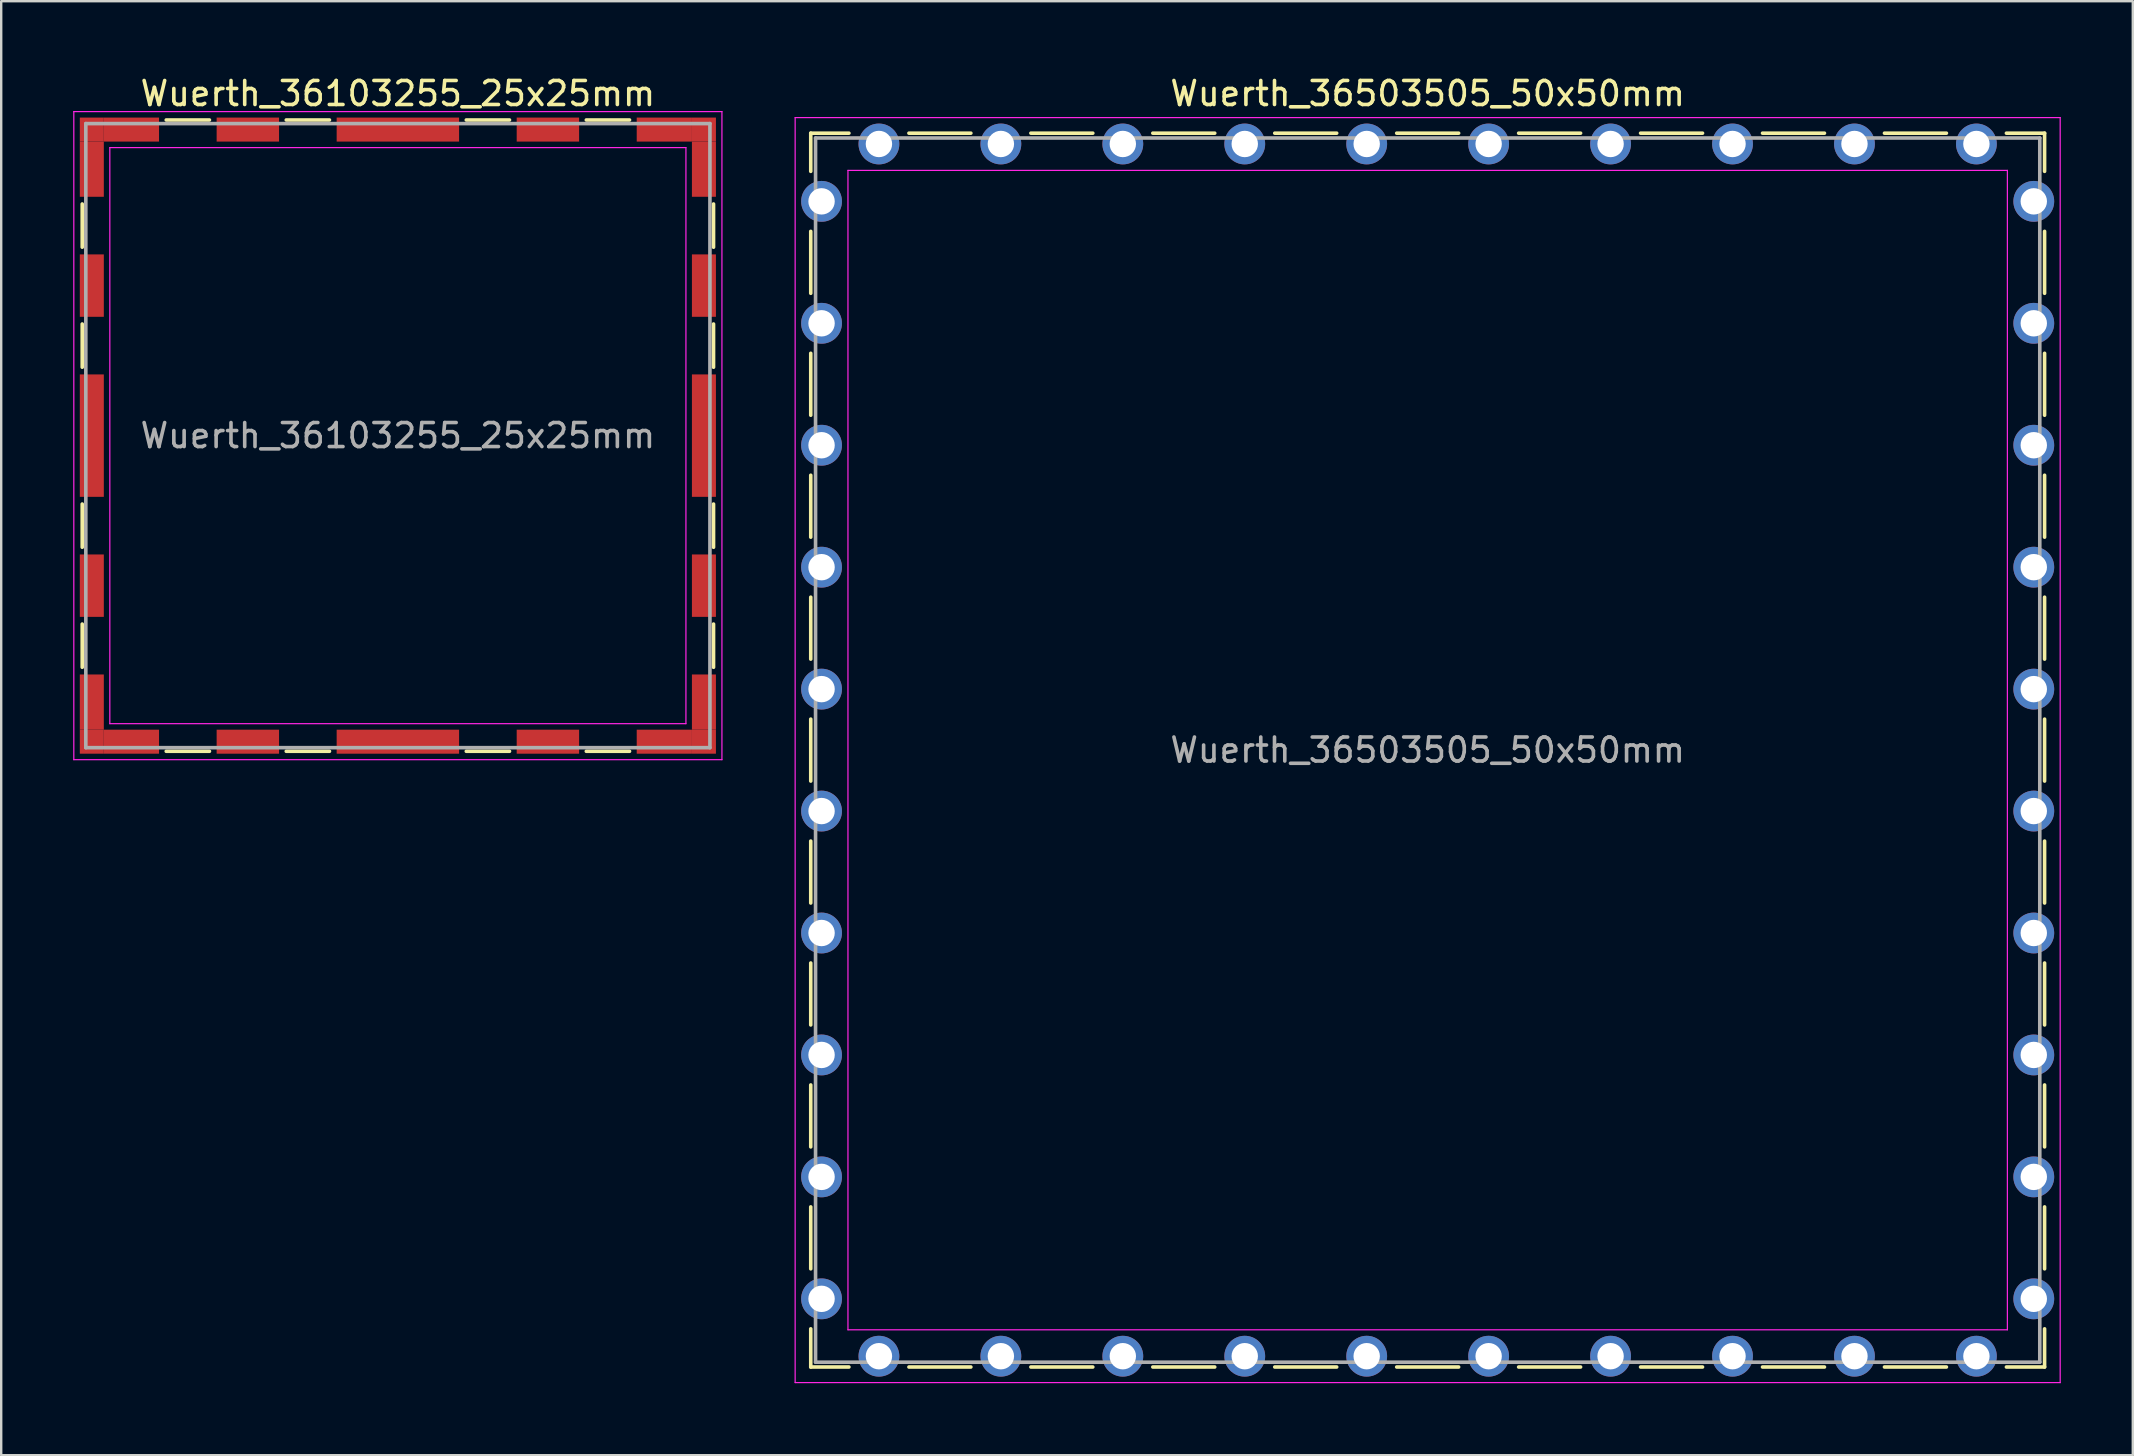
<source format=kicad_pcb>
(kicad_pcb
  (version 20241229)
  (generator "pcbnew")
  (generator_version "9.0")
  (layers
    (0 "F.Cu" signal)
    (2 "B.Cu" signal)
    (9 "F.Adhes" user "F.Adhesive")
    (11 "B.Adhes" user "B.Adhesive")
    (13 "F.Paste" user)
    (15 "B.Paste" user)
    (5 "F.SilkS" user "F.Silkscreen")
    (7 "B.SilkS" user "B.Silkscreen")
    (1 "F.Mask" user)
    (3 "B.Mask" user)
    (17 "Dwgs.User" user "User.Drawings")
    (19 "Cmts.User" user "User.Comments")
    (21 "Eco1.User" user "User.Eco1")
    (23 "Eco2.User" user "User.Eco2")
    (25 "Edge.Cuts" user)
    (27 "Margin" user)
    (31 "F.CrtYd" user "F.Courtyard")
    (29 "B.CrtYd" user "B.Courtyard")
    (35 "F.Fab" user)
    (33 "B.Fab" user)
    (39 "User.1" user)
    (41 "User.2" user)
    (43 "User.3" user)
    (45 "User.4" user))
  (footprint "Wuerth_36503505_50x50mm"
    (layer "F.Cu")
    (at 56.425 28.198)
    (property "Reference" "Wuerth_36503505_50x50mm" (at 0 -27.35 0) (layer "F.SilkS") (effects (font (size 1 1) (thickness 0.15))))
    (attr through_hole)
    (fp_line (start -25.7 -25.7) (end -24.11 -25.7) (stroke (width 0.15) (type solid)) (layer "F.SilkS"))
    (fp_line (start -25.7 -24.11) (end -25.7 -25.7) (stroke (width 0.15) (type solid)) (layer "F.SilkS"))
    (fp_line (start -25.7 -19.03) (end -25.7 -21.61) (stroke (width 0.15) (type solid)) (layer "F.SilkS"))
    (fp_line (start -25.7 -13.95) (end -25.7 -16.53) (stroke (width 0.15) (type solid)) (layer "F.SilkS"))
    (fp_line (start -25.7 -8.87) (end -25.7 -11.45) (stroke (width 0.15) (type solid)) (layer "F.SilkS"))
    (fp_line (start -25.7 -3.79) (end -25.7 -6.37) (stroke (width 0.15) (type solid)) (layer "F.SilkS"))
    (fp_line (start -25.7 -1.29) (end -25.7 1.29) (stroke (width 0.15) (type solid)) (layer "F.SilkS"))
    (fp_line (start -25.7 3.79) (end -25.7 6.37) (stroke (width 0.15) (type solid)) (layer "F.SilkS"))
    (fp_line (start -25.7 8.87) (end -25.7 11.45) (stroke (width 0.15) (type solid)) (layer "F.SilkS"))
    (fp_line (start -25.7 13.95) (end -25.7 16.53) (stroke (width 0.15) (type solid)) (layer "F.SilkS"))
    (fp_line (start -25.7 19.03) (end -25.7 21.61) (stroke (width 0.15) (type solid)) (layer "F.SilkS"))
    (fp_line (start -25.7 24.11) (end -25.7 25.7) (stroke (width 0.15) (type solid)) (layer "F.SilkS"))
    (fp_line (start -25.7 25.7) (end -24.11 25.7) (stroke (width 0.15) (type solid)) (layer "F.SilkS"))
    (fp_line (start -19.03 -25.7) (end -21.61 -25.7) (stroke (width 0.15) (type solid)) (layer "F.SilkS"))
    (fp_line (start -19.03 25.7) (end -21.61 25.7) (stroke (width 0.15) (type solid)) (layer "F.SilkS"))
    (fp_line (start -13.95 -25.7) (end -16.53 -25.7) (stroke (width 0.15) (type solid)) (layer "F.SilkS"))
    (fp_line (start -13.95 25.7) (end -16.53 25.7) (stroke (width 0.15) (type solid)) (layer "F.SilkS"))
    (fp_line (start -8.87 -25.7) (end -11.45 -25.7) (stroke (width 0.15) (type solid)) (layer "F.SilkS"))
    (fp_line (start -8.87 25.7) (end -11.45 25.7) (stroke (width 0.15) (type solid)) (layer "F.SilkS"))
    (fp_line (start -3.79 -25.7) (end -6.37 -25.7) (stroke (width 0.15) (type solid)) (layer "F.SilkS"))
    (fp_line (start -3.79 25.7) (end -6.37 25.7) (stroke (width 0.15) (type solid)) (layer "F.SilkS"))
    (fp_line (start 1.29 -25.7) (end -1.29 -25.7) (stroke (width 0.15) (type solid)) (layer "F.SilkS"))
    (fp_line (start 1.29 25.7) (end -1.29 25.7) (stroke (width 0.15) (type solid)) (layer "F.SilkS"))
    (fp_line (start 3.79 -25.7) (end 6.37 -25.7) (stroke (width 0.15) (type solid)) (layer "F.SilkS"))
    (fp_line (start 3.79 25.7) (end 6.37 25.7) (stroke (width 0.15) (type solid)) (layer "F.SilkS"))
    (fp_line (start 8.87 -25.7) (end 11.45 -25.7) (stroke (width 0.15) (type solid)) (layer "F.SilkS"))
    (fp_line (start 8.87 25.7) (end 11.45 25.7) (stroke (width 0.15) (type solid)) (layer "F.SilkS"))
    (fp_line (start 13.95 -25.7) (end 16.53 -25.7) (stroke (width 0.15) (type solid)) (layer "F.SilkS"))
    (fp_line (start 13.95 25.7) (end 16.53 25.7) (stroke (width 0.15) (type solid)) (layer "F.SilkS"))
    (fp_line (start 19.03 -25.7) (end 21.61 -25.7) (stroke (width 0.15) (type solid)) (layer "F.SilkS"))
    (fp_line (start 19.03 25.7) (end 21.61 25.7) (stroke (width 0.15) (type solid)) (layer "F.SilkS"))
    (fp_line (start 25.7 -25.7) (end 24.11 -25.7) (stroke (width 0.15) (type solid)) (layer "F.SilkS"))
    (fp_line (start 25.7 -24.11) (end 25.7 -25.7) (stroke (width 0.15) (type solid)) (layer "F.SilkS"))
    (fp_line (start 25.7 -19.03) (end 25.7 -21.61) (stroke (width 0.15) (type solid)) (layer "F.SilkS"))
    (fp_line (start 25.7 -13.95) (end 25.7 -16.53) (stroke (width 0.15) (type solid)) (layer "F.SilkS"))
    (fp_line (start 25.7 -8.87) (end 25.7 -11.45) (stroke (width 0.15) (type solid)) (layer "F.SilkS"))
    (fp_line (start 25.7 -3.79) (end 25.7 -6.37) (stroke (width 0.15) (type solid)) (layer "F.SilkS"))
    (fp_line (start 25.7 1.29) (end 25.7 -1.29) (stroke (width 0.15) (type solid)) (layer "F.SilkS"))
    (fp_line (start 25.7 3.79) (end 25.7 6.37) (stroke (width 0.15) (type solid)) (layer "F.SilkS"))
    (fp_line (start 25.7 8.87) (end 25.7 11.45) (stroke (width 0.15) (type solid)) (layer "F.SilkS"))
    (fp_line (start 25.7 13.95) (end 25.7 16.53) (stroke (width 0.15) (type solid)) (layer "F.SilkS"))
    (fp_line (start 25.7 19.03) (end 25.7 21.61) (stroke (width 0.15) (type solid)) (layer "F.SilkS"))
    (fp_line (start 25.7 24.11) (end 25.7 25.7) (stroke (width 0.15) (type solid)) (layer "F.SilkS"))
    (fp_line (start 25.7 25.7) (end 24.11 25.7) (stroke (width 0.15) (type solid)) (layer "F.SilkS"))
    (fp_line (start -26.35 -26.35) (end -26.35 26.35) (stroke (width 0.05) (type solid)) (layer "F.CrtYd"))
    (fp_line (start -26.35 26.35) (end 26.35 26.35) (stroke (width 0.05) (type solid)) (layer "F.CrtYd"))
    (fp_line (start -24.15 -24.15) (end -24.15 24.15) (stroke (width 0.05) (type solid)) (layer "F.CrtYd"))
    (fp_line (start -24.15 24.15) (end 24.15 24.15) (stroke (width 0.05) (type solid)) (layer "F.CrtYd"))
    (fp_line (start 24.15 -24.15) (end -24.15 -24.15) (stroke (width 0.05) (type solid)) (layer "F.CrtYd"))
    (fp_line (start 24.15 24.15) (end 24.15 -24.15) (stroke (width 0.05) (type solid)) (layer "F.CrtYd"))
    (fp_line (start 26.35 -26.35) (end -26.35 -26.35) (stroke (width 0.05) (type solid)) (layer "F.CrtYd"))
    (fp_line (start 26.35 26.35) (end 26.35 -26.35) (stroke (width 0.05) (type solid)) (layer "F.CrtYd"))
    (fp_line (start -25.5 -25.5) (end -25.5 25.5) (stroke (width 0.15) (type solid)) (layer "F.Fab"))
    (fp_line (start -25.5 25.5) (end 25.5 25.5) (stroke (width 0.15) (type solid)) (layer "F.Fab"))
    (fp_line (start 25.5 -25.5) (end -25.5 -25.5) (stroke (width 0.15) (type solid)) (layer "F.Fab"))
    (fp_line (start 25.5 25.5) (end 25.5 -25.5) (stroke (width 0.15) (type solid)) (layer "F.Fab"))
    (fp_text user "${REFERENCE}" (at 0 0 0) (layer "F.Fab") (effects (font (size 1 1) (thickness 0.15))))
    (pad "1" thru_hole circle (at -25.25 -22.86) (size 1.7 1.7) (drill 1.1) (layers "*.Cu" "*.Mask"))
    (pad "1" thru_hole circle (at -25.25 -17.78) (size 1.7 1.7) (drill 1.1) (layers "*.Cu" "*.Mask"))
    (pad "1" thru_hole circle (at -25.25 -12.7) (size 1.7 1.7) (drill 1.1) (layers "*.Cu" "*.Mask"))
    (pad "1" thru_hole circle (at -25.25 -7.62) (size 1.7 1.7) (drill 1.1) (layers "*.Cu" "*.Mask"))
    (pad "1" thru_hole circle (at -25.25 -2.54) (size 1.7 1.7) (drill 1.1) (layers "*.Cu" "*.Mask"))
    (pad "1" thru_hole circle (at -25.25 2.54) (size 1.7 1.7) (drill 1.1) (layers "*.Cu" "*.Mask"))
    (pad "1" thru_hole circle (at -25.25 7.62) (size 1.7 1.7) (drill 1.1) (layers "*.Cu" "*.Mask"))
    (pad "1" thru_hole circle (at -25.25 12.7) (size 1.7 1.7) (drill 1.1) (layers "*.Cu" "*.Mask"))
    (pad "1" thru_hole circle (at -25.25 17.78) (size 1.7 1.7) (drill 1.1) (layers "*.Cu" "*.Mask"))
    (pad "1" thru_hole circle (at -25.25 22.86) (size 1.7 1.7) (drill 1.1) (layers "*.Cu" "*.Mask"))
    (pad "1" thru_hole circle (at -22.86 -25.25) (size 1.7 1.7) (drill 1.1) (layers "*.Cu" "*.Mask"))
    (pad "1" thru_hole circle (at -22.86 25.25) (size 1.7 1.7) (drill 1.1) (layers "*.Cu" "*.Mask"))
    (pad "1" thru_hole circle (at -17.78 -25.25) (size 1.7 1.7) (drill 1.1) (layers "*.Cu" "*.Mask"))
    (pad "1" thru_hole circle (at -17.78 25.25) (size 1.7 1.7) (drill 1.1) (layers "*.Cu" "*.Mask"))
    (pad "1" thru_hole circle (at -12.7 -25.25) (size 1.7 1.7) (drill 1.1) (layers "*.Cu" "*.Mask"))
    (pad "1" thru_hole circle (at -12.7 25.25) (size 1.7 1.7) (drill 1.1) (layers "*.Cu" "*.Mask"))
    (pad "1" thru_hole circle (at -7.62 -25.25) (size 1.7 1.7) (drill 1.1) (layers "*.Cu" "*.Mask"))
    (pad "1" thru_hole circle (at -7.62 25.25) (size 1.7 1.7) (drill 1.1) (layers "*.Cu" "*.Mask"))
    (pad "1" thru_hole circle (at -2.54 -25.25) (size 1.7 1.7) (drill 1.1) (layers "*.Cu" "*.Mask"))
    (pad "1" thru_hole circle (at -2.54 25.25) (size 1.7 1.7) (drill 1.1) (layers "*.Cu" "*.Mask"))
    (pad "1" thru_hole circle (at 2.54 -25.25) (size 1.7 1.7) (drill 1.1) (layers "*.Cu" "*.Mask"))
    (pad "1" thru_hole circle (at 2.54 25.25) (size 1.7 1.7) (drill 1.1) (layers "*.Cu" "*.Mask"))
    (pad "1" thru_hole circle (at 7.62 -25.25) (size 1.7 1.7) (drill 1.1) (layers "*.Cu" "*.Mask"))
    (pad "1" thru_hole circle (at 7.62 25.25) (size 1.7 1.7) (drill 1.1) (layers "*.Cu" "*.Mask"))
    (pad "1" thru_hole circle (at 12.7 -25.25) (size 1.7 1.7) (drill 1.1) (layers "*.Cu" "*.Mask"))
    (pad "1" thru_hole circle (at 12.7 25.25) (size 1.7 1.7) (drill 1.1) (layers "*.Cu" "*.Mask"))
    (pad "1" thru_hole circle (at 17.78 -25.25) (size 1.7 1.7) (drill 1.1) (layers "*.Cu" "*.Mask"))
    (pad "1" thru_hole circle (at 17.78 25.25) (size 1.7 1.7) (drill 1.1) (layers "*.Cu" "*.Mask"))
    (pad "1" thru_hole circle (at 22.86 -25.25) (size 1.7 1.7) (drill 1.1) (layers "*.Cu" "*.Mask"))
    (pad "1" thru_hole circle (at 22.86 25.25) (size 1.7 1.7) (drill 1.1) (layers "*.Cu" "*.Mask"))
    (pad "1" thru_hole circle (at 25.25 -22.86) (size 1.7 1.7) (drill 1.1) (layers "*.Cu" "*.Mask"))
    (pad "1" thru_hole circle (at 25.25 -17.78) (size 1.7 1.7) (drill 1.1) (layers "*.Cu" "*.Mask"))
    (pad "1" thru_hole circle (at 25.25 -12.7) (size 1.7 1.7) (drill 1.1) (layers "*.Cu" "*.Mask"))
    (pad "1" thru_hole circle (at 25.25 -7.62) (size 1.7 1.7) (drill 1.1) (layers "*.Cu" "*.Mask"))
    (pad "1" thru_hole circle (at 25.25 -2.54) (size 1.7 1.7) (drill 1.1) (layers "*.Cu" "*.Mask"))
    (pad "1" thru_hole circle (at 25.25 2.54) (size 1.7 1.7) (drill 1.1) (layers "*.Cu" "*.Mask"))
    (pad "1" thru_hole circle (at 25.25 7.62) (size 1.7 1.7) (drill 1.1) (layers "*.Cu" "*.Mask"))
    (pad "1" thru_hole circle (at 25.25 12.7) (size 1.7 1.7) (drill 1.1) (layers "*.Cu" "*.Mask"))
    (pad "1" thru_hole circle (at 25.25 17.78) (size 1.7 1.7) (drill 1.1) (layers "*.Cu" "*.Mask"))
    (pad "1" thru_hole circle (at 25.25 22.86) (size 1.7 1.7) (drill 1.1) (layers "*.Cu" "*.Mask")))
  (footprint "Wuerth_36103255_25x25mm"
    (layer "F.Cu")
    (at 13.525 15.098)
    (property "Reference" "Wuerth_36103255_25x25mm" (at 0 -14.25 0) (layer "F.SilkS") (effects (font (size 1 1) (thickness 0.15))))
    (attr smd)
    (fp_line (start -13.15 -9.65) (end -13.15 -7.85) (stroke (width 0.15) (type solid)) (layer "F.SilkS"))
    (fp_line (start -13.15 -4.65) (end -13.15 -2.85) (stroke (width 0.15) (type solid)) (layer "F.SilkS"))
    (fp_line (start -13.15 2.85) (end -13.15 4.65) (stroke (width 0.15) (type solid)) (layer "F.SilkS"))
    (fp_line (start -13.15 7.85) (end -13.15 9.65) (stroke (width 0.15) (type solid)) (layer "F.SilkS"))
    (fp_line (start -9.65 -13.15) (end -7.85 -13.15) (stroke (width 0.15) (type solid)) (layer "F.SilkS"))
    (fp_line (start -9.65 13.15) (end -7.85 13.15) (stroke (width 0.15) (type solid)) (layer "F.SilkS"))
    (fp_line (start -4.65 -13.15) (end -2.85 -13.15) (stroke (width 0.15) (type solid)) (layer "F.SilkS"))
    (fp_line (start -4.65 13.15) (end -2.85 13.15) (stroke (width 0.15) (type solid)) (layer "F.SilkS"))
    (fp_line (start 2.85 -13.15) (end 4.65 -13.15) (stroke (width 0.15) (type solid)) (layer "F.SilkS"))
    (fp_line (start 2.85 13.15) (end 4.65 13.15) (stroke (width 0.15) (type solid)) (layer "F.SilkS"))
    (fp_line (start 7.85 -13.15) (end 9.65 -13.15) (stroke (width 0.15) (type solid)) (layer "F.SilkS"))
    (fp_line (start 7.85 13.15) (end 9.65 13.15) (stroke (width 0.15) (type solid)) (layer "F.SilkS"))
    (fp_line (start 13.15 -9.65) (end 13.15 -7.85) (stroke (width 0.15) (type solid)) (layer "F.SilkS"))
    (fp_line (start 13.15 -4.65) (end 13.15 -2.85) (stroke (width 0.15) (type solid)) (layer "F.SilkS"))
    (fp_line (start 13.15 2.85) (end 13.15 4.65) (stroke (width 0.15) (type solid)) (layer "F.SilkS"))
    (fp_line (start 13.15 7.85) (end 13.15 9.65) (stroke (width 0.15) (type solid)) (layer "F.SilkS"))
    (fp_line (start -13.5 -13.5) (end -13.5 13.5) (stroke (width 0.05) (type solid)) (layer "F.CrtYd"))
    (fp_line (start -13.5 13.5) (end 13.5 13.5) (stroke (width 0.05) (type solid)) (layer "F.CrtYd"))
    (fp_line (start -12 -12) (end -12 12) (stroke (width 0.05) (type solid)) (layer "F.CrtYd"))
    (fp_line (start -12 12) (end 12 12) (stroke (width 0.05) (type solid)) (layer "F.CrtYd"))
    (fp_line (start 12 -12) (end -12 -12) (stroke (width 0.05) (type solid)) (layer "F.CrtYd"))
    (fp_line (start 12 12) (end 12 -12) (stroke (width 0.05) (type solid)) (layer "F.CrtYd"))
    (fp_line (start 13.5 -13.5) (end -13.5 -13.5) (stroke (width 0.05) (type solid)) (layer "F.CrtYd"))
    (fp_line (start 13.5 13.5) (end 13.5 -13.5) (stroke (width 0.05) (type solid)) (layer "F.CrtYd"))
    (fp_line (start -13 -13) (end -13 13) (stroke (width 0.15) (type solid)) (layer "F.Fab"))
    (fp_line (start -13 13) (end 13 13) (stroke (width 0.15) (type solid)) (layer "F.Fab"))
    (fp_line (start 13 -13) (end -13 -13) (stroke (width 0.15) (type solid)) (layer "F.Fab"))
    (fp_line (start 13 13) (end 13 -13) (stroke (width 0.15) (type solid)) (layer "F.Fab"))
    (fp_text user "${REFERENCE}" (at 0 0 0) (layer "F.Fab") (effects (font (size 1 1) (thickness 0.15))))
    (pad "1" smd rect (at -12.75 -12.75) (size 1 1) (layers "F.Cu" "F.Mask"))
    (pad "1" smd rect (at -12.75 -11.1) (size 1 2.3) (layers "F.Cu" "F.Mask"))
    (pad "1" smd rect (at -12.75 -6.25) (size 1 2.6) (layers "F.Cu" "F.Mask"))
    (pad "1" smd rect (at -12.75 0) (size 1 5.1) (layers "F.Cu" "F.Mask"))
    (pad "1" smd rect (at -12.75 6.25) (size 1 2.6) (layers "F.Cu" "F.Mask"))
    (pad "1" smd rect (at -12.75 11.1) (size 1 2.3) (layers "F.Cu" "F.Mask"))
    (pad "1" smd rect (at -12.75 12.75) (size 1 1) (layers "F.Cu" "F.Mask"))
    (pad "1" smd rect (at -11.1 -12.75) (size 2.3 1) (layers "F.Cu" "F.Mask"))
    (pad "1" smd rect (at -11.1 12.75) (size 2.3 1) (layers "F.Cu" "F.Mask"))
    (pad "1" smd rect (at -6.25 -12.75) (size 2.6 1) (layers "F.Cu" "F.Mask"))
    (pad "1" smd rect (at -6.25 12.75) (size 2.6 1) (layers "F.Cu" "F.Mask"))
    (pad "1" smd rect (at 0 -12.75) (size 5.1 1) (layers "F.Cu" "F.Mask"))
    (pad "1" smd rect (at 0 12.75) (size 5.1 1) (layers "F.Cu" "F.Mask"))
    (pad "1" smd rect (at 6.25 -12.75) (size 2.6 1) (layers "F.Cu" "F.Mask"))
    (pad "1" smd rect (at 6.25 12.75) (size 2.6 1) (layers "F.Cu" "F.Mask"))
    (pad "1" smd rect (at 11.1 -12.75) (size 2.3 1) (layers "F.Cu" "F.Mask"))
    (pad "1" smd rect (at 11.1 12.75) (size 2.3 1) (layers "F.Cu" "F.Mask"))
    (pad "1" smd rect (at 12.75 -12.75) (size 1 1) (layers "F.Cu" "F.Mask"))
    (pad "1" smd rect (at 12.75 -11.1) (size 1 2.3) (layers "F.Cu" "F.Mask"))
    (pad "1" smd rect (at 12.75 -6.25) (size 1 2.6) (layers "F.Cu" "F.Mask"))
    (pad "1" smd rect (at 12.75 0) (size 1 5.1) (layers "F.Cu" "F.Mask"))
    (pad "1" smd rect (at 12.75 6.25) (size 1 2.6) (layers "F.Cu" "F.Mask"))
    (pad "1" smd rect (at 12.75 11.1) (size 1 2.3) (layers "F.Cu" "F.Mask"))
    (pad "1" smd rect (at 12.75 12.75) (size 1 1) (layers "F.Cu" "F.Mask")))
  (gr_rect
    (start -3 -3)
    (end 85.8 57.573)
    (stroke (width 0.1) (type default))
    (fill no)
    (layer "Edge.Cuts")))
</source>
